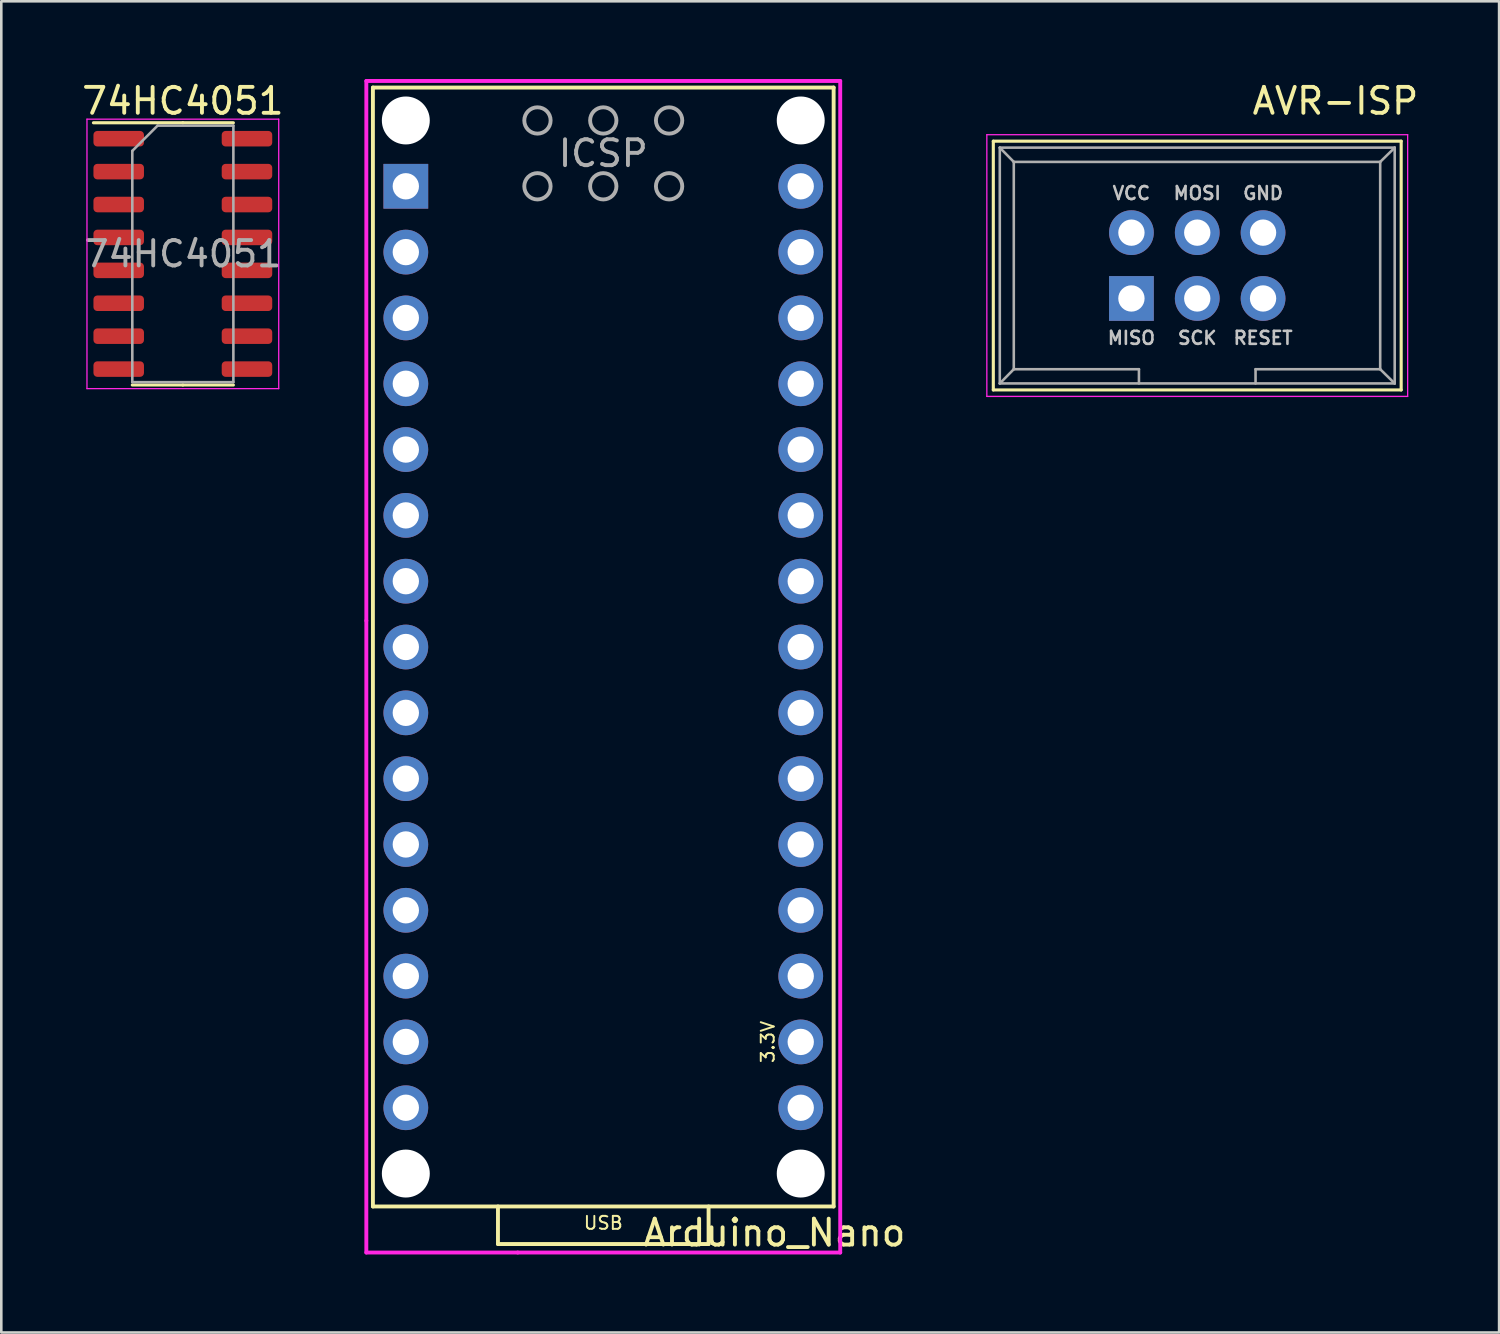
<source format=kicad_pcb>
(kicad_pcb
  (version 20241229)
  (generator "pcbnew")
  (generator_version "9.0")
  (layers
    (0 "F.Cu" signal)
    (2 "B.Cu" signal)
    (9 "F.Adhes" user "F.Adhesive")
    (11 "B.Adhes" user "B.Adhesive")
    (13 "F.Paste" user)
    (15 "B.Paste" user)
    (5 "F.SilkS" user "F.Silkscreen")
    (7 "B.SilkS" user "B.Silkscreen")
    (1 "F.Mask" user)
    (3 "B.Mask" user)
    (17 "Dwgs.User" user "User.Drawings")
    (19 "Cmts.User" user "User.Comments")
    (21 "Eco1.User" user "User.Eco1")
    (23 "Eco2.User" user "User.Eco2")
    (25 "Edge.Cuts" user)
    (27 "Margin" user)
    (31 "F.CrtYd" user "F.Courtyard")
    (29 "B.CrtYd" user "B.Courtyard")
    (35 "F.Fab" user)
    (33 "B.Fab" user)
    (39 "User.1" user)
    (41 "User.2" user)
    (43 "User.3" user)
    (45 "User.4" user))
  (footprint "AVR-ISP"
    (layer "F.Cu")
    (at 40.613 8.468)
    (property "Reference" "AVR-ISP" (at 7.874 -7.62 0) (layer "F.SilkS") (effects (font (size 1 1) (thickness 0.15))))
    (attr through_hole)
    (fp_line (start -5.33 -6.07) (end 10.41 -6.07) (stroke (width 0.12) (type solid)) (layer "F.SilkS"))
    (fp_line (start -5.33 3.53) (end -5.33 -6.07) (stroke (width 0.12) (type solid)) (layer "F.SilkS"))
    (fp_line (start 10.41 -6.07) (end 10.41 3.53) (stroke (width 0.12) (type solid)) (layer "F.SilkS"))
    (fp_line (start 10.41 3.53) (end -5.33 3.53) (stroke (width 0.12) (type solid)) (layer "F.SilkS"))
    (fp_line (start -5.58 -6.32) (end 10.66 -6.32) (stroke (width 0.05) (type solid)) (layer "F.CrtYd"))
    (fp_line (start -5.58 3.78) (end -5.58 -6.32) (stroke (width 0.05) (type solid)) (layer "F.CrtYd"))
    (fp_line (start 10.66 -6.32) (end 10.66 3.78) (stroke (width 0.05) (type solid)) (layer "F.CrtYd"))
    (fp_line (start 10.66 3.78) (end -5.58 3.78) (stroke (width 0.05) (type solid)) (layer "F.CrtYd"))
    (fp_line (start -5.08 -5.82) (end -5.08 3.28) (stroke (width 0.1) (type solid)) (layer "F.Fab"))
    (fp_line (start -5.08 -5.82) (end -4.54 -5.27) (stroke (width 0.1) (type solid)) (layer "F.Fab"))
    (fp_line (start -5.08 -5.82) (end 10.16 -5.82) (stroke (width 0.1) (type solid)) (layer "F.Fab"))
    (fp_line (start -5.08 3.28) (end -4.54 2.73) (stroke (width 0.1) (type solid)) (layer "F.Fab"))
    (fp_line (start -5.08 3.28) (end 10.16 3.28) (stroke (width 0.1) (type solid)) (layer "F.Fab"))
    (fp_line (start -4.54 -5.27) (end -4.54 2.73) (stroke (width 0.1) (type solid)) (layer "F.Fab"))
    (fp_line (start -4.54 -5.27) (end 9.6 -5.27) (stroke (width 0.1) (type solid)) (layer "F.Fab"))
    (fp_line (start -4.54 2.73) (end 0.29 2.73) (stroke (width 0.1) (type solid)) (layer "F.Fab"))
    (fp_line (start 0.29 2.73) (end 0.29 3.28) (stroke (width 0.1) (type solid)) (layer "F.Fab"))
    (fp_line (start 4.79 2.73) (end 4.79 3.28) (stroke (width 0.1) (type solid)) (layer "F.Fab"))
    (fp_line (start 4.79 2.73) (end 9.6 2.73) (stroke (width 0.1) (type solid)) (layer "F.Fab"))
    (fp_line (start 9.6 -5.27) (end 9.6 2.73) (stroke (width 0.1) (type solid)) (layer "F.Fab"))
    (fp_line (start 10.16 -5.82) (end 9.6 -5.27) (stroke (width 0.1) (type solid)) (layer "F.Fab"))
    (fp_line (start 10.16 -5.82) (end 10.16 3.28) (stroke (width 0.1) (type solid)) (layer "F.Fab"))
    (fp_line (start 10.16 3.28) (end 9.6 2.73) (stroke (width 0.1) (type solid)) (layer "F.Fab"))
    (fp_text user "MISO" (at 0 1.524 0) (layer "Dwgs.User") (effects (font (size 0.5 0.5) (thickness 0.1))))
    (fp_text user "GND" (at 5.08 -4.064 0) (layer "Dwgs.User") (effects (font (size 0.5 0.5) (thickness 0.1))))
    (fp_text user "RESET" (at 5.08 1.524 0) (layer "Dwgs.User") (effects (font (size 0.5 0.5) (thickness 0.1))))
    (fp_text user "SCK" (at 2.54 1.524 0) (layer "Dwgs.User") (effects (font (size 0.5 0.5) (thickness 0.1))))
    (fp_text user "VCC" (at 0 -4.064 0) (layer "Dwgs.User") (effects (font (size 0.5 0.5) (thickness 0.1))))
    (fp_text user "MOSI" (at 2.54 -4.064 0) (layer "Dwgs.User") (effects (font (size 0.5 0.5) (thickness 0.1))))
    (pad "1" thru_hole rect (at 0 0) (size 1.727 1.727) (drill 1.016) (layers "*.Cu" "*.Mask"))
    (pad "2" thru_hole oval (at 0 -2.54) (size 1.727 1.727) (drill 1.016) (layers "*.Cu" "*.Mask"))
    (pad "3" thru_hole oval (at 2.54 0) (size 1.727 1.727) (drill 1.016) (layers "*.Cu" "*.Mask"))
    (pad "4" thru_hole oval (at 2.54 -2.54) (size 1.727 1.727) (drill 1.016) (layers "*.Cu" "*.Mask"))
    (pad "5" thru_hole oval (at 5.08 0) (size 1.727 1.727) (drill 1.016) (layers "*.Cu" "*.Mask"))
    (pad "6" thru_hole oval (at 5.08 -2.54) (size 1.727 1.727) (drill 1.016) (layers "*.Cu" "*.Mask")))
  (footprint "74HC4051"
    (layer "F.Cu")
    (at 4.006 6.748)
    (property "Reference" "74HC4051" (at 0 -5.9 0) (layer "F.SilkS") (effects (font (size 1 1) (thickness 0.15))))
    (attr smd)
    (fp_line (start 0 -5.06) (end -3.45 -5.06) (stroke (width 0.12) (type solid)) (layer "F.SilkS"))
    (fp_line (start 0 -5.06) (end 1.95 -5.06) (stroke (width 0.12) (type solid)) (layer "F.SilkS"))
    (fp_line (start 0 5.06) (end -1.95 5.06) (stroke (width 0.12) (type solid)) (layer "F.SilkS"))
    (fp_line (start 0 5.06) (end 1.95 5.06) (stroke (width 0.12) (type solid)) (layer "F.SilkS"))
    (fp_line (start -3.7 -5.2) (end -3.7 5.2) (stroke (width 0.05) (type solid)) (layer "F.CrtYd"))
    (fp_line (start -3.7 5.2) (end 3.7 5.2) (stroke (width 0.05) (type solid)) (layer "F.CrtYd"))
    (fp_line (start 3.7 -5.2) (end -3.7 -5.2) (stroke (width 0.05) (type solid)) (layer "F.CrtYd"))
    (fp_line (start 3.7 5.2) (end 3.7 -5.2) (stroke (width 0.05) (type solid)) (layer "F.CrtYd"))
    (fp_line (start -1.95 -3.975) (end -0.975 -4.95) (stroke (width 0.1) (type solid)) (layer "F.Fab"))
    (fp_line (start -1.95 4.95) (end -1.95 -3.975) (stroke (width 0.1) (type solid)) (layer "F.Fab"))
    (fp_line (start -0.975 -4.95) (end 1.95 -4.95) (stroke (width 0.1) (type solid)) (layer "F.Fab"))
    (fp_line (start 1.95 -4.95) (end 1.95 4.95) (stroke (width 0.1) (type solid)) (layer "F.Fab"))
    (fp_line (start 1.95 4.95) (end -1.95 4.95) (stroke (width 0.1) (type solid)) (layer "F.Fab"))
    (fp_text user "${REFERENCE}" (at 0 0 0) (layer "F.Fab") (effects (font (size 0.98 0.98) (thickness 0.15))))
    (pad "1" smd roundrect (at -2.475 -4.445) (size 1.95 0.6) (layers "F.Cu" "F.Mask" "F.Paste") (roundrect_rratio 0.25))
    (pad "2" smd roundrect (at -2.475 -3.175) (size 1.95 0.6) (layers "F.Cu" "F.Mask" "F.Paste") (roundrect_rratio 0.25))
    (pad "3" smd roundrect (at -2.475 -1.905) (size 1.95 0.6) (layers "F.Cu" "F.Mask" "F.Paste") (roundrect_rratio 0.25))
    (pad "4" smd roundrect (at -2.475 -0.635) (size 1.95 0.6) (layers "F.Cu" "F.Mask" "F.Paste") (roundrect_rratio 0.25))
    (pad "5" smd roundrect (at -2.475 0.635) (size 1.95 0.6) (layers "F.Cu" "F.Mask" "F.Paste") (roundrect_rratio 0.25))
    (pad "6" smd roundrect (at -2.475 1.905) (size 1.95 0.6) (layers "F.Cu" "F.Mask" "F.Paste") (roundrect_rratio 0.25))
    (pad "7" smd roundrect (at -2.475 3.175) (size 1.95 0.6) (layers "F.Cu" "F.Mask" "F.Paste") (roundrect_rratio 0.25))
    (pad "8" smd roundrect (at -2.475 4.445) (size 1.95 0.6) (layers "F.Cu" "F.Mask" "F.Paste") (roundrect_rratio 0.25))
    (pad "9" smd roundrect (at 2.475 4.445) (size 1.95 0.6) (layers "F.Cu" "F.Mask" "F.Paste") (roundrect_rratio 0.25))
    (pad "10" smd roundrect (at 2.475 3.175) (size 1.95 0.6) (layers "F.Cu" "F.Mask" "F.Paste") (roundrect_rratio 0.25))
    (pad "11" smd roundrect (at 2.475 1.905) (size 1.95 0.6) (layers "F.Cu" "F.Mask" "F.Paste") (roundrect_rratio 0.25))
    (pad "12" smd roundrect (at 2.475 0.635) (size 1.95 0.6) (layers "F.Cu" "F.Mask" "F.Paste") (roundrect_rratio 0.25))
    (pad "13" smd roundrect (at 2.475 -0.635) (size 1.95 0.6) (layers "F.Cu" "F.Mask" "F.Paste") (roundrect_rratio 0.25))
    (pad "14" smd roundrect (at 2.475 -1.905) (size 1.95 0.6) (layers "F.Cu" "F.Mask" "F.Paste") (roundrect_rratio 0.25))
    (pad "15" smd roundrect (at 2.475 -3.175) (size 1.95 0.6) (layers "F.Cu" "F.Mask" "F.Paste") (roundrect_rratio 0.25))
    (pad "16" smd roundrect (at 2.475 -4.445) (size 1.95 0.6) (layers "F.Cu" "F.Mask" "F.Paste") (roundrect_rratio 0.25)))
  (footprint "Arduino_Nano"
    (layer "F.Cu")
    (at 20.231 43.509)
    (property "Reference" "Arduino_Nano" (at 6.604 1.016 0) (layer "F.SilkS") (effects (font (size 1 1) (thickness 0.15))))
    (attr through_hole)
    (fp_line (start -8.89 -43.18) (end -8.89 0) (stroke (width 0.15) (type solid)) (layer "F.SilkS"))
    (fp_line (start -8.89 -43.18) (end 8.89 -43.18) (stroke (width 0.15) (type solid)) (layer "F.SilkS"))
    (fp_line (start -8.89 0) (end 8.89 0) (stroke (width 0.15) (type solid)) (layer "F.SilkS"))
    (fp_line (start -4.064 0) (end -4.064 1.45) (stroke (width 0.15) (type solid)) (layer "F.SilkS"))
    (fp_line (start -4.064 1.45) (end 4.064 1.45) (stroke (width 0.15) (type solid)) (layer "F.SilkS"))
    (fp_line (start 4.064 1.45) (end 4.064 0) (stroke (width 0.15) (type solid)) (layer "F.SilkS"))
    (fp_line (start 8.89 -43.18) (end 8.89 0) (stroke (width 0.15) (type solid)) (layer "F.SilkS"))
    (fp_line (start -9.144 -43.434) (end 9.144 -43.434) (stroke (width 0.15) (type solid)) (layer "F.CrtYd"))
    (fp_line (start -9.144 -22.606) (end -9.144 -43.434) (stroke (width 0.15) (type solid)) (layer "F.CrtYd"))
    (fp_line (start -9.144 1.778) (end -9.144 -22.606) (stroke (width 0.15) (type solid)) (layer "F.CrtYd"))
    (fp_line (start -3.302 1.778) (end -9.144 1.778) (stroke (width 0.15) (type solid)) (layer "F.CrtYd"))
    (fp_line (start 9.144 -43.434) (end 9.144 1.778) (stroke (width 0.15) (type solid)) (layer "F.CrtYd"))
    (fp_line (start 9.144 1.778) (end -3.302 1.778) (stroke (width 0.15) (type solid)) (layer "F.CrtYd"))
    (fp_circle (center -2.54 -41.91) (end -2.032 -41.91) (stroke (width 0.15) (type solid)) (fill no) (layer "F.Fab"))
    (fp_circle (center -2.54 -39.37) (end -2.032 -39.37) (stroke (width 0.15) (type solid)) (fill no) (layer "F.Fab"))
    (fp_circle (center 0 -41.91) (end 0.508 -41.91) (stroke (width 0.15) (type solid)) (fill no) (layer "F.Fab"))
    (fp_circle (center 0 -39.37) (end 0.508 -39.37) (stroke (width 0.15) (type solid)) (fill no) (layer "F.Fab"))
    (fp_circle (center 2.54 -41.91) (end 3.048 -41.91) (stroke (width 0.15) (type solid)) (fill no) (layer "F.Fab"))
    (fp_circle (center 2.54 -39.37) (end 3.048 -39.37) (stroke (width 0.15) (type solid)) (fill no) (layer "F.Fab"))
    (fp_text user "3.3V" (at 6.35 -6.35 90) (layer "F.SilkS") (effects (font (size 0.5 0.5) (thickness 0.075))))
    (fp_text user "USB" (at 0 0.635 0) (layer "F.SilkS") (effects (font (size 0.5 0.5) (thickness 0.075))))
    (fp_text user "ICSP" (at 0 -40.64 0) (layer "F.Fab") (effects (font (size 1 1) (thickness 0.15))))
    (pad "" np_thru_hole circle (at -7.62 -41.91) (size 1.85 1.85) (drill 1.85) (layers "*.Cu" "*.Mask"))
    (pad "" np_thru_hole circle (at -7.62 -1.27) (size 1.85 1.85) (drill 1.85) (layers "*.Cu" "*.Mask"))
    (pad "" np_thru_hole circle (at 7.62 -41.91) (size 1.85 1.85) (drill 1.85) (layers "*.Cu" "*.Mask"))
    (pad "" np_thru_hole circle (at 7.62 -1.27) (size 1.85 1.85) (drill 1.85) (layers "*.Cu" "*.Mask"))
    (pad "3V3" thru_hole circle (at 7.62 -6.35) (size 1.727 1.727) (drill 1.016) (layers "*.Cu" "*.Mask"))
    (pad "5V" thru_hole circle (at 7.62 -31.75) (size 1.727 1.727) (drill 1.016) (layers "*.Cu" "*.Mask"))
    (pad "A0" thru_hole circle (at 7.62 -11.43) (size 1.727 1.727) (drill 1.016) (layers "*.Cu" "*.Mask"))
    (pad "A1" thru_hole circle (at 7.62 -13.97) (size 1.727 1.727) (drill 1.016) (layers "*.Cu" "*.Mask"))
    (pad "A2" thru_hole circle (at 7.62 -16.51) (size 1.727 1.727) (drill 1.016) (layers "*.Cu" "*.Mask"))
    (pad "A3" thru_hole circle (at 7.62 -19.05) (size 1.727 1.727) (drill 1.016) (layers "*.Cu" "*.Mask"))
    (pad "A4" thru_hole circle (at 7.62 -21.59) (size 1.727 1.727) (drill 1.016) (layers "*.Cu" "*.Mask"))
    (pad "A5" thru_hole circle (at 7.62 -24.13) (size 1.727 1.727) (drill 1.016) (layers "*.Cu" "*.Mask"))
    (pad "A6" thru_hole circle (at 7.62 -26.67) (size 1.727 1.727) (drill 1.016) (layers "*.Cu" "*.Mask"))
    (pad "A7" thru_hole circle (at 7.62 -29.21) (size 1.727 1.727) (drill 1.016) (layers "*.Cu" "*.Mask"))
    (pad "AREF" thru_hole circle (at 7.62 -8.89) (size 1.727 1.727) (drill 1.016) (layers "*.Cu" "*.Mask"))
    (pad "D0" thru_hole circle (at -7.62 -36.83) (size 1.727 1.727) (drill 1.016) (layers "*.Cu" "*.Mask"))
    (pad "D1" thru_hole rect (at -7.62 -39.37) (size 1.727 1.727) (drill 1.016) (layers "*.Cu" "*.Mask"))
    (pad "D2" thru_hole circle (at -7.62 -29.21) (size 1.727 1.727) (drill 1.016) (layers "*.Cu" "*.Mask"))
    (pad "D3" thru_hole circle (at -7.62 -26.67) (size 1.727 1.727) (drill 1.016) (layers "*.Cu" "*.Mask"))
    (pad "D4" thru_hole circle (at -7.62 -24.13) (size 1.727 1.727) (drill 1.016) (layers "*.Cu" "*.Mask"))
    (pad "D5" thru_hole circle (at -7.62 -21.59) (size 1.727 1.727) (drill 1.016) (layers "*.Cu" "*.Mask"))
    (pad "D6" thru_hole circle (at -7.62 -19.05) (size 1.727 1.727) (drill 1.016) (layers "*.Cu" "*.Mask"))
    (pad "D7" thru_hole circle (at -7.62 -16.51) (size 1.727 1.727) (drill 1.016) (layers "*.Cu" "*.Mask"))
    (pad "D8" thru_hole circle (at -7.62 -13.97) (size 1.727 1.727) (drill 1.016) (layers "*.Cu" "*.Mask"))
    (pad "D9" thru_hole circle (at -7.62 -11.43) (size 1.727 1.727) (drill 1.016) (layers "*.Cu" "*.Mask"))
    (pad "D10" thru_hole circle (at -7.62 -8.89) (size 1.727 1.727) (drill 1.016) (layers "*.Cu" "*.Mask"))
    (pad "D11" thru_hole circle (at -7.62 -6.35) (size 1.727 1.727) (drill 1.016) (layers "*.Cu" "*.Mask"))
    (pad "D12" thru_hole circle (at -7.62 -3.81) (size 1.727 1.727) (drill 1.016) (layers "*.Cu" "*.Mask"))
    (pad "D13" thru_hole circle (at 7.62 -3.81) (size 1.727 1.727) (drill 1.016) (layers "*.Cu" "*.Mask"))
    (pad "GND1" thru_hole circle (at -7.62 -31.75) (size 1.727 1.727) (drill 1.016) (layers "*.Cu" "*.Mask"))
    (pad "GND2" thru_hole circle (at 7.62 -36.83) (size 1.727 1.727) (drill 1.016) (layers "*.Cu" "*.Mask"))
    (pad "RST1" thru_hole circle (at -7.62 -34.29) (size 1.727 1.727) (drill 1.016) (layers "*.Cu" "*.Mask"))
    (pad "RST2" thru_hole circle (at 7.62 -34.29) (size 1.727 1.727) (drill 1.016) (layers "*.Cu" "*.Mask"))
    (pad "VIN" thru_hole circle (at 7.62 -39.37) (size 1.727 1.727) (drill 1.016) (layers "*.Cu" "*.Mask")))
  (gr_rect
    (start -3 -3)
    (end 54.802 48.373)
    (stroke (width 0.1) (type default))
    (fill no)
    (layer "Edge.Cuts")))
</source>
